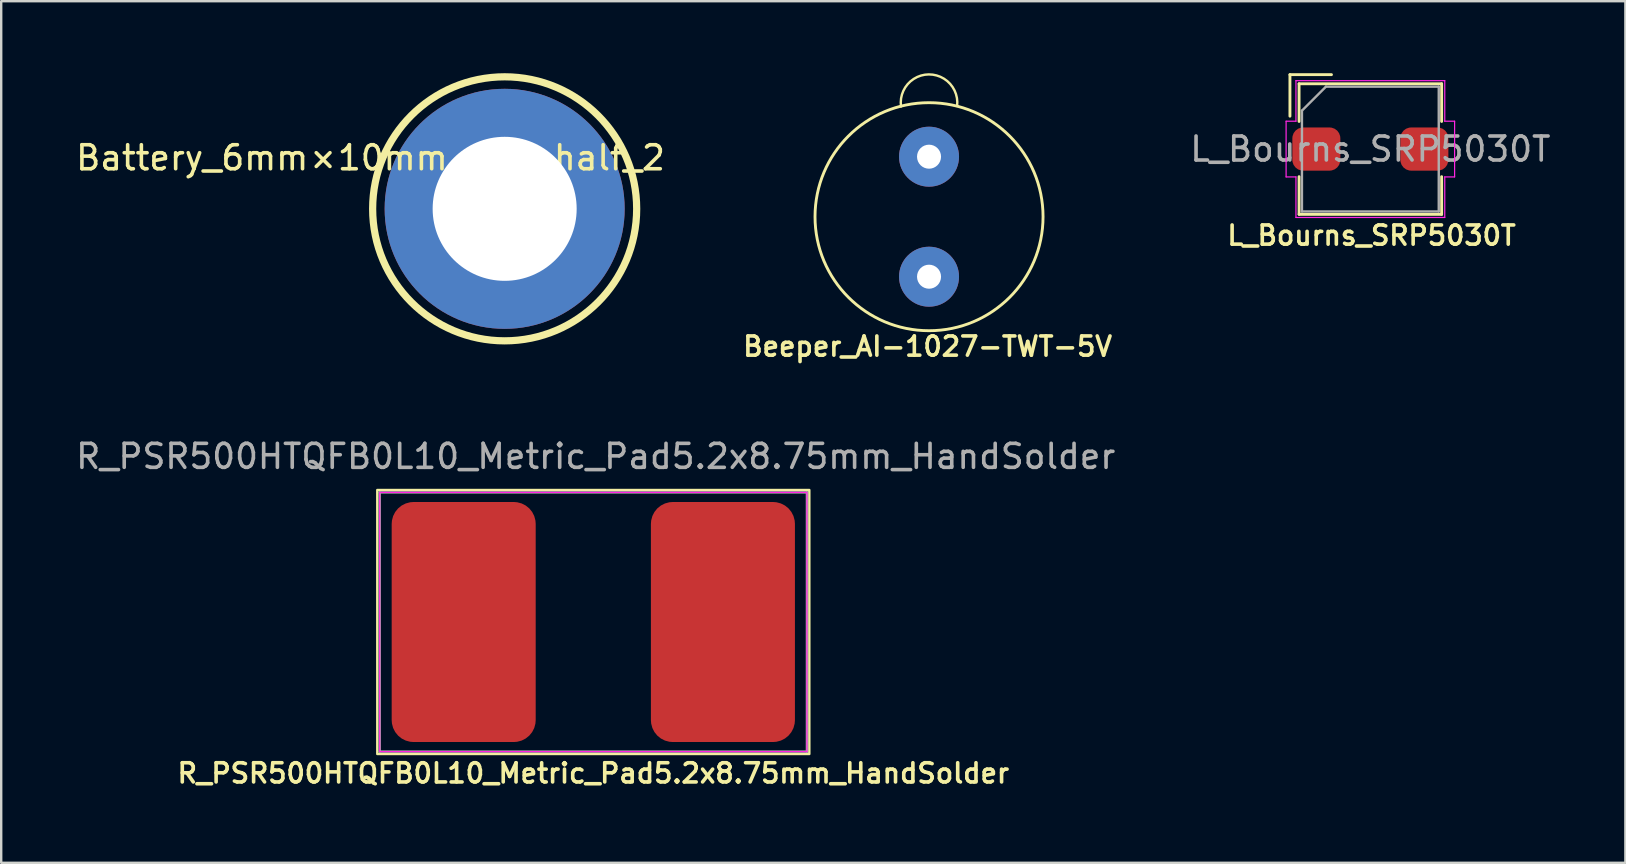
<source format=kicad_pcb>
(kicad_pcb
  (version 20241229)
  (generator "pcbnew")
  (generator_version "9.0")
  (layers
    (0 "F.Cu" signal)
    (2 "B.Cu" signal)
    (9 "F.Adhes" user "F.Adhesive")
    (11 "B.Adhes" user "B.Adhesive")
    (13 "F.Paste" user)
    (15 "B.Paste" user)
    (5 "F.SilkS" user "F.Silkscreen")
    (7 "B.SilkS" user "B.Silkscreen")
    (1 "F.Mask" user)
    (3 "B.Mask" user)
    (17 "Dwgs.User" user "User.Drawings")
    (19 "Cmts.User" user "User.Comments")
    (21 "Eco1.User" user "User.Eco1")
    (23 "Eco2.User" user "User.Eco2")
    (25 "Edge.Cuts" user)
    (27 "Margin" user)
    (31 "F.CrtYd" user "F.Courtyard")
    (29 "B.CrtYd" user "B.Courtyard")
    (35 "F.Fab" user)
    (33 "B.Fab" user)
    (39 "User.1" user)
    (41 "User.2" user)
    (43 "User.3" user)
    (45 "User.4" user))
  (footprint "L_Bourns_SRP5030T"
    (layer "F.Cu")
    (at 54.041 3.16)
    (property "Reference" "L_Bourns_SRP5030T" (at 0.05 3.6 180) (layer "F.SilkS") (effects (font (size 0.8 0.8) (thickness 0.15))))
    (attr smd)
    (fp_line (start -3.35 -3.1) (end -1.62 -3.1) (stroke (width 0.12) (type solid)) (layer "F.SilkS"))
    (fp_line (start -3.35 -1.37) (end -3.35 -3.1) (stroke (width 0.12) (type solid)) (layer "F.SilkS"))
    (fp_line (start -2.97 -2.72) (end -2.97 -1.15) (stroke (width 0.12) (type solid)) (layer "F.SilkS"))
    (fp_line (start -2.97 -2.72) (end 2.97 -2.72) (stroke (width 0.12) (type solid)) (layer "F.SilkS"))
    (fp_line (start -2.97 1.15) (end -2.97 2.72) (stroke (width 0.12) (type solid)) (layer "F.SilkS"))
    (fp_line (start -2.97 2.72) (end 2.97 2.72) (stroke (width 0.12) (type solid)) (layer "F.SilkS"))
    (fp_line (start 2.97 -2.72) (end 2.97 -1.15) (stroke (width 0.12) (type solid)) (layer "F.SilkS"))
    (fp_line (start 2.97 1.15) (end 2.97 2.72) (stroke (width 0.12) (type solid)) (layer "F.SilkS"))
    (fp_line (start -3.51 -1.16) (end -3.51 1.16) (stroke (width 0.05) (type solid)) (layer "F.CrtYd"))
    (fp_line (start -3.51 1.16) (end -3.1 1.16) (stroke (width 0.05) (type solid)) (layer "F.CrtYd"))
    (fp_line (start -3.1 -2.85) (end -3.1 -1.16) (stroke (width 0.05) (type solid)) (layer "F.CrtYd"))
    (fp_line (start -3.1 -2.85) (end 3.1 -2.85) (stroke (width 0.05) (type solid)) (layer "F.CrtYd"))
    (fp_line (start -3.1 -1.16) (end -3.51 -1.16) (stroke (width 0.05) (type solid)) (layer "F.CrtYd"))
    (fp_line (start -3.1 1.16) (end -3.1 2.85) (stroke (width 0.05) (type solid)) (layer "F.CrtYd"))
    (fp_line (start -3.1 2.85) (end 3.1 2.85) (stroke (width 0.05) (type solid)) (layer "F.CrtYd"))
    (fp_line (start 3.1 -2.85) (end 3.1 -1.16) (stroke (width 0.05) (type solid)) (layer "F.CrtYd"))
    (fp_line (start 3.1 -1.16) (end 3.51 -1.16) (stroke (width 0.05) (type solid)) (layer "F.CrtYd"))
    (fp_line (start 3.1 1.16) (end 3.1 2.85) (stroke (width 0.05) (type solid)) (layer "F.CrtYd"))
    (fp_line (start 3.51 -1.16) (end 3.51 1.16) (stroke (width 0.05) (type solid)) (layer "F.CrtYd"))
    (fp_line (start 3.51 1.16) (end 3.1 1.16) (stroke (width 0.05) (type solid)) (layer "F.CrtYd"))
    (fp_line (start -2.85 -1.6) (end -1.85 -2.6) (stroke (width 0.1) (type solid)) (layer "F.Fab"))
    (fp_line (start -2.85 2.6) (end -2.85 -1.6) (stroke (width 0.1) (type solid)) (layer "F.Fab"))
    (fp_line (start -1.85 -2.6) (end 2.85 -2.6) (stroke (width 0.1) (type solid)) (layer "F.Fab"))
    (fp_line (start 2.85 -2.6) (end 2.85 2.6) (stroke (width 0.1) (type solid)) (layer "F.Fab"))
    (fp_line (start 2.85 2.6) (end -2.85 2.6) (stroke (width 0.1) (type solid)) (layer "F.Fab"))
    (fp_text user "${REFERENCE}" (at 0 0 0) (layer "F.Fab") (effects (font (size 1 1) (thickness 0.15))))
    (pad "1" smd roundrect (at -2.25 0) (size 2 1.8) (layers "F.Cu" "F.Mask" "F.Paste") (roundrect_rratio 0.25))
    (pad "2" smd roundrect (at 2.25 0) (size 2 1.8) (layers "F.Cu" "F.Mask" "F.Paste") (roundrect_rratio 0.25)))
  (footprint "Battery_6mm×10mm_Cell_half_2"
    (layer "F.Cu")
    (at 17.975 5.65)
    (property "Reference" "Battery_6mm×10mm_Cell_half_2" (at -5.588 -2.126 0) (layer "F.SilkS") (effects (font (size 1 1) (thickness 0.15))))
    (attr through_hole)
    (fp_circle (center 0 0) (end 5.5 0) (stroke (width 0.3) (type default)) (fill no) (layer "F.SilkS"))
    (pad "1" thru_hole circle (at 0 0) (size 10 10) (drill 6) (layers "*.Cu" "*.Mask")))
  (footprint "Beeper_AI-1027-TWT-5V"
    (layer "F.Cu")
    (at 35.655 5.988)
    (property "Reference" "Beeper_AI-1027-TWT-5V" (at -0.06 5.396 0) (unlocked yes) (layer "F.SilkS") (effects (font (size 0.8 0.8) (thickness 0.15) (bold yes))))
    (attr through_hole)
    (fp_arc (start -1.167661 -4.601673) (mid -0.009238 -5.93831) (end 1.17 -4.62) (stroke (width 0.1) (type default)) (layer "F.SilkS"))
    (fp_circle (center 0 -0.01) (end 0 4.74) (stroke (width 0.12) (type solid)) (fill no) (layer "F.SilkS"))
    (pad "1" thru_hole circle (at 0 -2.51 270) (size 2.499 2.499) (drill 1.001) (layers "*.Cu" "*.Mask"))
    (pad "2" thru_hole circle (at 0 2.49 270) (size 2.499 2.499) (drill 1.001) (layers "*.Cu" "*.Mask")))
  (footprint "R_PSR500HTQFB0L10_Metric_Pad5.2x8.75mm_HandSolder"
    (layer "F.Cu")
    (at 21.668 22.864)
    (property "Reference" "R_PSR500HTQFB0L10_Metric_Pad5.2x8.75mm_HandSolder" (at 0 6.3 0) (layer "F.SilkS") (effects (font (size 0.8 0.8) (thickness 0.15))))
    (attr smd)
    (fp_rect (start -9 -5.5) (end 9 5.5) (stroke (width 0.1) (type default)) (fill no) (layer "F.SilkS"))
    (fp_rect (start -8.9 -5.4) (end 8.9 5.4) (stroke (width 0.05) (type default)) (fill no) (layer "F.CrtYd"))
    (fp_line (start -8.9 -5.4) (end 8.9 -5.4) (stroke (width 0.1) (type solid)) (layer "F.Fab"))
    (fp_line (start -8.9 5.4) (end -8.9 -5.4) (stroke (width 0.1) (type solid)) (layer "F.Fab"))
    (fp_line (start 8.9 -5.4) (end 8.9 5.4) (stroke (width 0.1) (type solid)) (layer "F.Fab"))
    (fp_line (start 8.9 5.4) (end -8.9 5.4) (stroke (width 0.1) (type solid)) (layer "F.Fab"))
    (fp_text user "${REFERENCE}" (at 0.1 -6.9 180) (layer "F.Fab") (effects (font (size 1 1) (thickness 0.15))))
    (pad "1" smd roundrect (at -5.4 0) (size 6 10) (layers "F.Cu" "F.Mask" "F.Paste") (roundrect_rratio 0.152))
    (pad "2" smd roundrect (at 5.4 0) (size 6 10) (layers "F.Cu" "F.Mask" "F.Paste") (roundrect_rratio 0.152)))
  (gr_rect
    (start -3 -3)
    (end 64.666 32.895)
    (stroke (width 0.1) (type default))
    (fill no)
    (layer "Edge.Cuts")))
</source>
